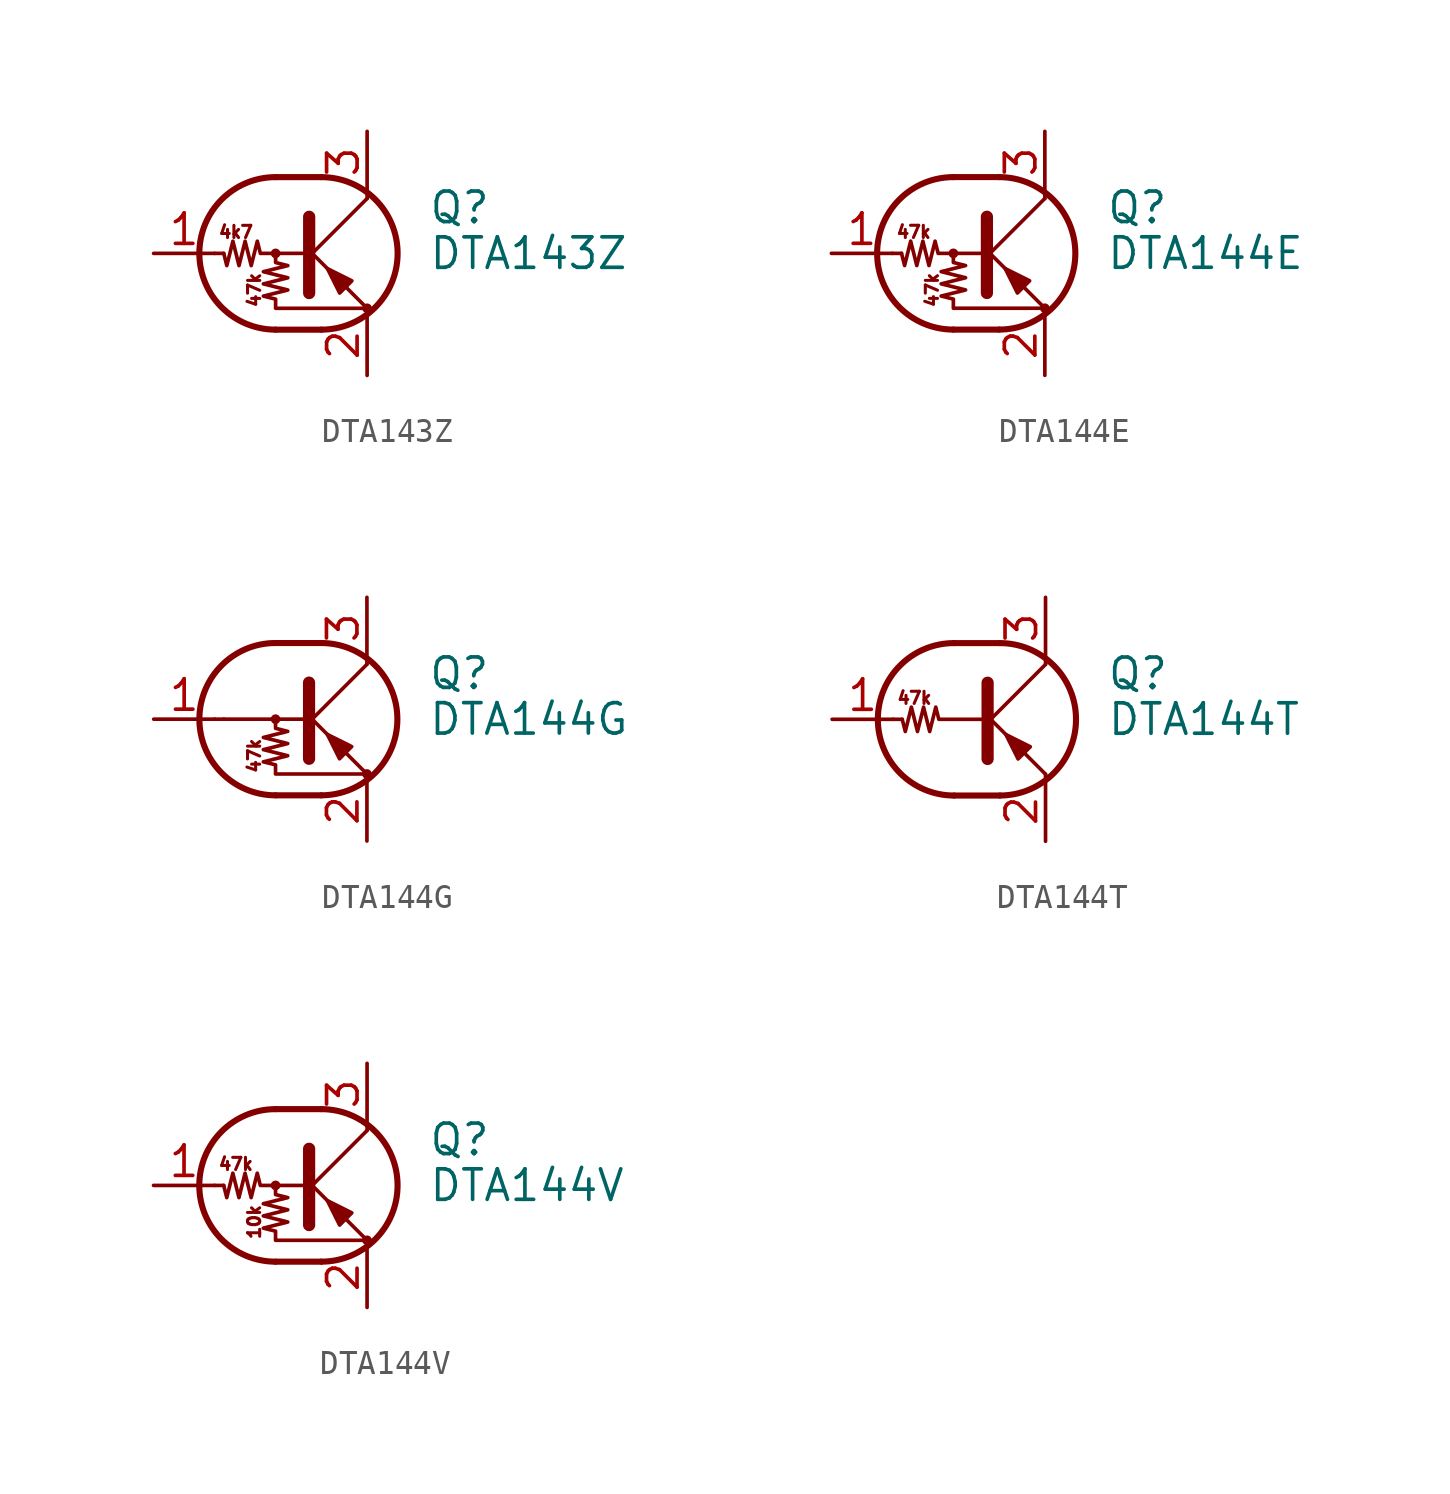
<source format=kicad_sym>
(kicad_symbol_lib
  (version 20201005)
  (generator kicad_symbol_editor)
  (symbol "Transistor_BJT:DTA143Z"
    (pin_names
      (offset 0) hide)
    (property "Reference" "Q"
      (at 5.08 1.905 0)
      (effects (font (size 1.27 1.27)) (justify left)))
    (property "Value" "DTA143Z"
      (at 5.08 0 0)
      (effects (font (size 1.27 1.27)) (justify left)))
    (symbol "DTA143Z_0_0"
      (text "47k" (at -2.159 -1.524 900) (effects (font (size 0.508 0.508))))
      (text "4k7" (at -2.921 0.889 0) (effects (font (size 0.508 0.508)))))
    (symbol "DTA143Z_0_1"
      (arc (start -1.27 3.175) (end -1.27 -3.175) (radius (at -1.27 0) (length 3.175) (angles 90.1 -90.1)) (stroke (width 0.254)) (fill (type none)))
      (arc (start 0.635 -3.175) (end 0.635 3.175) (radius (at 0.635 0) (length 3.175) (angles -89.9 89.9)) (stroke (width 0.254)) (fill (type none)))
      (circle (center -1.27 0) (radius 0.127) (stroke (width 0)) (fill (type none)))
      (circle (center 2.54 -2.286) (radius 0.127) (stroke (width 0)) (fill (type none)))
      (polyline (pts (xy -3.429 0) (xy -3.81 0)) (stroke (width 0)) (fill (type none)))
      (polyline (pts (xy -1.27 -3.175) (xy 0.635 -3.175)) (stroke (width 0.254)) (fill (type none)))
      (polyline (pts (xy -1.27 3.175) (xy 0.635 3.175)) (stroke (width 0.254)) (fill (type none)))
      (polyline (pts (xy 0 -0.254) (xy 2.54 2.286)) (stroke (width 0)) (fill (type none)))
      (polyline (pts (xy 0.127 1.524) (xy 0.127 -1.651)) (stroke (width 0.508)) (fill (type outline)))
      (polyline (pts (xy 2.54 2.286) (xy 2.54 2.54)) (stroke (width 0)) (fill (type none)))
      (polyline (pts (xy 2.54 -2.286) (xy 0 0.254) (xy 0 0.254)) (stroke (width 0)) (fill (type none)))
      (polyline (pts (xy 1.397 -1.651) (xy 1.905 -1.143) (xy 0.889 -0.635) (xy 1.397 -1.651)) (stroke (width 0)) (fill (type outline)))
      (polyline (pts (xy 0 0) (xy -1.905 0) (xy -2.032 0.508) (xy -2.286 -0.508) (xy -2.54 0.508) (xy -2.794 -0.508) (xy -3.048 0.508) (xy -3.302 -0.508) (xy -3.429 0)) (stroke (width 0)) (fill (type none)))
      (polyline (pts (xy -1.27 0) (xy -1.27 -0.381) (xy -0.762 -0.508) (xy -1.778 -0.762) (xy -0.762 -1.016) (xy -1.778 -1.27) (xy -0.762 -1.524) (xy -1.778 -1.778) (xy -1.27 -1.905) (xy -1.27 -2.286) (xy 2.54 -2.286)) (stroke (width 0)) (fill (type none))))
    (symbol "DTA143Z_1_1"
      (pin input line (at -6.35 0 0) (length 2.54) (name "B" (effects (font (size 1.27 1.27)))) (number "1" (effects (font (size 1.27 1.27)))))
      (pin passive line (at 2.54 -5.08 90) (length 2.54) (name "E" (effects (font (size 1.27 1.27)))) (number "2" (effects (font (size 1.27 1.27)))))
      (pin passive line (at 2.54 5.08 270) (length 2.54) (name "C" (effects (font (size 1.27 1.27)))) (number "3" (effects (font (size 1.27 1.27)))))))
  (symbol "Transistor_BJT:DTA144E"
    (pin_names
      (offset 0) hide)
    (property "Reference" "Q"
      (at 5.08 1.905 0)
      (effects (font (size 1.27 1.27)) (justify left)))
    (property "Value" "DTA144E"
      (at 5.08 0 0)
      (effects (font (size 1.27 1.27)) (justify left)))
    (symbol "DTA144E_0_0"
      (text "47k" (at -2.921 0.889 0) (effects (font (size 0.508 0.508))))
      (text "47k" (at -2.159 -1.524 900) (effects (font (size 0.508 0.508)))))
    (symbol "DTA144E_0_1"
      (arc (start -1.27 3.175) (end -1.27 -3.175) (radius (at -1.27 0) (length 3.175) (angles 90.1 -90.1)) (stroke (width 0.254)) (fill (type none)))
      (arc (start 0.635 -3.175) (end 0.635 3.175) (radius (at 0.635 0) (length 3.175) (angles -89.9 89.9)) (stroke (width 0.254)) (fill (type none)))
      (circle (center -1.27 0) (radius 0.127) (stroke (width 0)) (fill (type none)))
      (circle (center 2.54 -2.286) (radius 0.127) (stroke (width 0)) (fill (type none)))
      (polyline (pts (xy -3.429 0) (xy -3.81 0)) (stroke (width 0)) (fill (type none)))
      (polyline (pts (xy -1.27 -3.175) (xy 0.635 -3.175)) (stroke (width 0.254)) (fill (type none)))
      (polyline (pts (xy -1.27 3.175) (xy 0.635 3.175)) (stroke (width 0.254)) (fill (type none)))
      (polyline (pts (xy 0 -0.254) (xy 2.54 2.286)) (stroke (width 0)) (fill (type none)))
      (polyline (pts (xy 0.127 1.524) (xy 0.127 -1.651)) (stroke (width 0.508)) (fill (type outline)))
      (polyline (pts (xy 2.54 2.286) (xy 2.54 2.54)) (stroke (width 0)) (fill (type none)))
      (polyline (pts (xy 2.54 -2.286) (xy 0 0.254) (xy 0 0.254)) (stroke (width 0)) (fill (type none)))
      (polyline (pts (xy 1.397 -1.651) (xy 1.905 -1.143) (xy 0.889 -0.635) (xy 1.397 -1.651)) (stroke (width 0)) (fill (type outline)))
      (polyline (pts (xy 0 0) (xy -1.905 0) (xy -2.032 0.508) (xy -2.286 -0.508) (xy -2.54 0.508) (xy -2.794 -0.508) (xy -3.048 0.508) (xy -3.302 -0.508) (xy -3.429 0)) (stroke (width 0)) (fill (type none)))
      (polyline (pts (xy -1.27 0) (xy -1.27 -0.381) (xy -0.762 -0.508) (xy -1.778 -0.762) (xy -0.762 -1.016) (xy -1.778 -1.27) (xy -0.762 -1.524) (xy -1.778 -1.778) (xy -1.27 -1.905) (xy -1.27 -2.286) (xy 2.54 -2.286)) (stroke (width 0)) (fill (type none))))
    (symbol "DTA144E_1_1"
      (pin input line (at -6.35 0 0) (length 2.54) (name "B" (effects (font (size 1.27 1.27)))) (number "1" (effects (font (size 1.27 1.27)))))
      (pin passive line (at 2.54 -5.08 90) (length 2.54) (name "E" (effects (font (size 1.27 1.27)))) (number "2" (effects (font (size 1.27 1.27)))))
      (pin passive line (at 2.54 5.08 270) (length 2.54) (name "C" (effects (font (size 1.27 1.27)))) (number "3" (effects (font (size 1.27 1.27)))))))
  (symbol "Transistor_BJT:DTA144G"
    (pin_names
      (offset 0) hide)
    (property "Reference" "Q"
      (at 5.08 1.905 0)
      (effects (font (size 1.27 1.27)) (justify left)))
    (property "Value" "DTA144G"
      (at 5.08 0 0)
      (effects (font (size 1.27 1.27)) (justify left)))
    (symbol "DTA144G_0_0"
      (text "47k" (at -2.159 -1.524 900) (effects (font (size 0.508 0.508))))
      (polyline (pts (xy -3.429 0) (xy 0 0)) (stroke (width 0)) (fill (type none))))
    (symbol "DTA144G_0_1"
      (arc (start -1.27 3.175) (end -1.27 -3.175) (radius (at -1.27 0) (length 3.175) (angles 90.1 -90.1)) (stroke (width 0.254)) (fill (type none)))
      (arc (start 0.635 -3.175) (end 0.635 3.175) (radius (at 0.635 0) (length 3.175) (angles -89.9 89.9)) (stroke (width 0.254)) (fill (type none)))
      (circle (center -1.27 0) (radius 0.127) (stroke (width 0)) (fill (type none)))
      (circle (center 2.54 -2.286) (radius 0.127) (stroke (width 0)) (fill (type none)))
      (polyline (pts (xy -3.429 0) (xy -3.81 0)) (stroke (width 0)) (fill (type none)))
      (polyline (pts (xy -1.27 -3.175) (xy 0.635 -3.175)) (stroke (width 0.254)) (fill (type none)))
      (polyline (pts (xy -1.27 3.175) (xy 0.635 3.175)) (stroke (width 0.254)) (fill (type none)))
      (polyline (pts (xy 0 -0.254) (xy 2.54 2.286)) (stroke (width 0)) (fill (type none)))
      (polyline (pts (xy 0.127 1.524) (xy 0.127 -1.651)) (stroke (width 0.508)) (fill (type outline)))
      (polyline (pts (xy 2.54 2.286) (xy 2.54 2.54)) (stroke (width 0)) (fill (type none)))
      (polyline (pts (xy 2.54 -2.286) (xy 0 0.254) (xy 0 0.254)) (stroke (width 0)) (fill (type none)))
      (polyline (pts (xy 1.397 -1.651) (xy 1.905 -1.143) (xy 0.889 -0.635) (xy 1.397 -1.651)) (stroke (width 0)) (fill (type outline)))
      (polyline (pts (xy -1.27 0) (xy -1.27 -0.381) (xy -0.762 -0.508) (xy -1.778 -0.762) (xy -0.762 -1.016) (xy -1.778 -1.27) (xy -0.762 -1.524) (xy -1.778 -1.778) (xy -1.27 -1.905) (xy -1.27 -2.286) (xy 2.54 -2.286)) (stroke (width 0)) (fill (type none))))
    (symbol "DTA144G_1_1"
      (pin input line (at -6.35 0 0) (length 2.54) (name "B" (effects (font (size 1.27 1.27)))) (number "1" (effects (font (size 1.27 1.27)))))
      (pin passive line (at 2.54 -5.08 90) (length 2.54) (name "E" (effects (font (size 1.27 1.27)))) (number "2" (effects (font (size 1.27 1.27)))))
      (pin passive line (at 2.54 5.08 270) (length 2.54) (name "C" (effects (font (size 1.27 1.27)))) (number "3" (effects (font (size 1.27 1.27)))))))
  (symbol "Transistor_BJT:DTA144T"
    (pin_names
      (offset 0) hide)
    (property "Reference" "Q"
      (at 5.08 1.905 0)
      (effects (font (size 1.27 1.27)) (justify left)))
    (property "Value" "DTA144T"
      (at 5.08 0 0)
      (effects (font (size 1.27 1.27)) (justify left)))
    (symbol "DTA144T_0_0"
      (text "47k" (at -2.921 0.889 0) (effects (font (size 0.508 0.508))))
      (polyline (pts (xy 2.54 -2.286) (xy 2.54 -2.54)) (stroke (width 0)) (fill (type none))))
    (symbol "DTA144T_0_1"
      (arc (start -1.27 3.175) (end -1.27 -3.175) (radius (at -1.27 0) (length 3.175) (angles 90.1 -90.1)) (stroke (width 0.254)) (fill (type none)))
      (arc (start 0.635 -3.175) (end 0.635 3.175) (radius (at 0.635 0) (length 3.175) (angles -89.9 89.9)) (stroke (width 0.254)) (fill (type none)))
      (polyline (pts (xy -3.429 0) (xy -3.81 0)) (stroke (width 0)) (fill (type none)))
      (polyline (pts (xy -1.27 -3.175) (xy 0.635 -3.175)) (stroke (width 0.254)) (fill (type none)))
      (polyline (pts (xy -1.27 3.175) (xy 0.635 3.175)) (stroke (width 0.254)) (fill (type none)))
      (polyline (pts (xy 0 -0.254) (xy 2.54 2.286)) (stroke (width 0)) (fill (type none)))
      (polyline (pts (xy 0.127 1.524) (xy 0.127 -1.651)) (stroke (width 0.508)) (fill (type outline)))
      (polyline (pts (xy 2.54 2.286) (xy 2.54 2.54)) (stroke (width 0)) (fill (type none)))
      (polyline (pts (xy 2.54 -2.286) (xy 0 0.254) (xy 0 0.254)) (stroke (width 0)) (fill (type none)))
      (polyline (pts (xy 1.397 -1.651) (xy 1.905 -1.143) (xy 0.889 -0.635) (xy 1.397 -1.651)) (stroke (width 0)) (fill (type outline)))
      (polyline (pts (xy 0 0) (xy -1.905 0) (xy -2.032 0.508) (xy -2.286 -0.508) (xy -2.54 0.508) (xy -2.794 -0.508) (xy -3.048 0.508) (xy -3.302 -0.508) (xy -3.429 0)) (stroke (width 0)) (fill (type none))))
    (symbol "DTA144T_1_1"
      (pin input line (at -6.35 0 0) (length 2.54) (name "B" (effects (font (size 1.27 1.27)))) (number "1" (effects (font (size 1.27 1.27)))))
      (pin passive line (at 2.54 -5.08 90) (length 2.54) (name "E" (effects (font (size 1.27 1.27)))) (number "2" (effects (font (size 1.27 1.27)))))
      (pin passive line (at 2.54 5.08 270) (length 2.54) (name "C" (effects (font (size 1.27 1.27)))) (number "3" (effects (font (size 1.27 1.27)))))))
  (symbol "Transistor_BJT:DTA144V"
    (pin_names
      (offset 0) hide)
    (property "Reference" "Q"
      (at 5.08 1.905 0)
      (effects (font (size 1.27 1.27)) (justify left)))
    (property "Value" "DTA144V"
      (at 5.08 0 0)
      (effects (font (size 1.27 1.27)) (justify left)))
    (symbol "DTA144V_0_0"
      (text "10k" (at -2.159 -1.524 900) (effects (font (size 0.508 0.508))))
      (text "47k" (at -2.921 0.889 0) (effects (font (size 0.508 0.508)))))
    (symbol "DTA144V_0_1"
      (arc (start -1.27 3.175) (end -1.27 -3.175) (radius (at -1.27 0) (length 3.175) (angles 90.1 -90.1)) (stroke (width 0.254)) (fill (type none)))
      (arc (start 0.635 -3.175) (end 0.635 3.175) (radius (at 0.635 0) (length 3.175) (angles -89.9 89.9)) (stroke (width 0.254)) (fill (type none)))
      (circle (center -1.27 0) (radius 0.127) (stroke (width 0)) (fill (type none)))
      (circle (center 2.54 -2.286) (radius 0.127) (stroke (width 0)) (fill (type none)))
      (polyline (pts (xy -3.429 0) (xy -3.81 0)) (stroke (width 0)) (fill (type none)))
      (polyline (pts (xy -1.27 -3.175) (xy 0.635 -3.175)) (stroke (width 0.254)) (fill (type none)))
      (polyline (pts (xy -1.27 3.175) (xy 0.635 3.175)) (stroke (width 0.254)) (fill (type none)))
      (polyline (pts (xy 0 -0.254) (xy 2.54 2.286)) (stroke (width 0)) (fill (type none)))
      (polyline (pts (xy 0.127 1.524) (xy 0.127 -1.651)) (stroke (width 0.508)) (fill (type outline)))
      (polyline (pts (xy 2.54 2.286) (xy 2.54 2.54)) (stroke (width 0)) (fill (type none)))
      (polyline (pts (xy 2.54 -2.286) (xy 0 0.254) (xy 0 0.254)) (stroke (width 0)) (fill (type none)))
      (polyline (pts (xy 1.397 -1.651) (xy 1.905 -1.143) (xy 0.889 -0.635) (xy 1.397 -1.651)) (stroke (width 0)) (fill (type outline)))
      (polyline (pts (xy 0 0) (xy -1.905 0) (xy -2.032 0.508) (xy -2.286 -0.508) (xy -2.54 0.508) (xy -2.794 -0.508) (xy -3.048 0.508) (xy -3.302 -0.508) (xy -3.429 0)) (stroke (width 0)) (fill (type none)))
      (polyline (pts (xy -1.27 0) (xy -1.27 -0.381) (xy -0.762 -0.508) (xy -1.778 -0.762) (xy -0.762 -1.016) (xy -1.778 -1.27) (xy -0.762 -1.524) (xy -1.778 -1.778) (xy -1.27 -1.905) (xy -1.27 -2.286) (xy 2.54 -2.286)) (stroke (width 0)) (fill (type none))))
    (symbol "DTA144V_1_1"
      (pin input line (at -6.35 0 0) (length 2.54) (name "B" (effects (font (size 1.27 1.27)))) (number "1" (effects (font (size 1.27 1.27)))))
      (pin passive line (at 2.54 -5.08 90) (length 2.54) (name "E" (effects (font (size 1.27 1.27)))) (number "2" (effects (font (size 1.27 1.27)))))
      (pin passive line (at 2.54 5.08 270) (length 2.54) (name "C" (effects (font (size 1.27 1.27)))) (number "3" (effects (font (size 1.27 1.27))))))))
</source>
